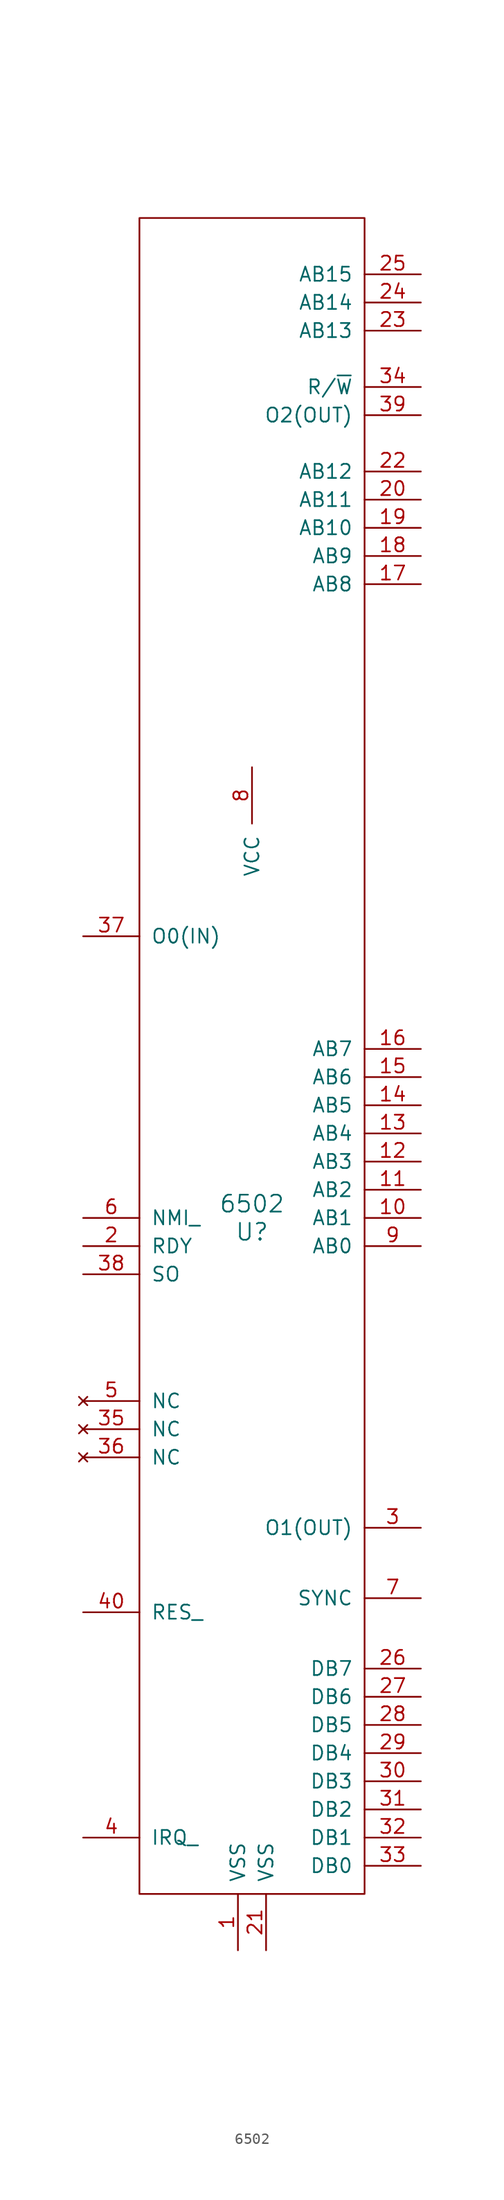
<source format=kicad_sym>
(kicad_symbol_lib
  (version 20211014)
  (generator kicad_symbol_editor)
  (symbol "6502"
    (pin_names
      (offset 1.016))
    (property "Reference" "U"
      (at 0 11.43 0)
      (effects (font (size 1.524 1.524))))
    (property "Value" "6502"
      (at 0 13.97 0)
      (effects (font (size 1.524 1.524))))
    (symbol "6502_0_1"
      (rectangle (start -10.16 102.87) (end 10.16 -48.26) (stroke (width 0) (type default) (color 0 0 0 0)) (fill (type none))))
    (symbol "6502_1_1"
      (pin power_in line (at -1.27 -53.34 90) (length 5.08) (name "VSS" (effects (font (size 1.27 1.27)))) (number "1" (effects (font (size 1.27 1.27)))))
      (pin output line (at 15.24 12.7 180) (length 5.08) (name "AB1" (effects (font (size 1.27 1.27)))) (number "10" (effects (font (size 1.27 1.27)))))
      (pin output line (at 15.24 15.24 180) (length 5.08) (name "AB2" (effects (font (size 1.27 1.27)))) (number "11" (effects (font (size 1.27 1.27)))))
      (pin output line (at 15.24 17.78 180) (length 5.08) (name "AB3" (effects (font (size 1.27 1.27)))) (number "12" (effects (font (size 1.27 1.27)))))
      (pin output line (at 15.24 20.32 180) (length 5.08) (name "AB4" (effects (font (size 1.27 1.27)))) (number "13" (effects (font (size 1.27 1.27)))))
      (pin output line (at 15.24 22.86 180) (length 5.08) (name "AB5" (effects (font (size 1.27 1.27)))) (number "14" (effects (font (size 1.27 1.27)))))
      (pin output line (at 15.24 25.4 180) (length 5.08) (name "AB6" (effects (font (size 1.27 1.27)))) (number "15" (effects (font (size 1.27 1.27)))))
      (pin output line (at 15.24 27.94 180) (length 5.08) (name "AB7" (effects (font (size 1.27 1.27)))) (number "16" (effects (font (size 1.27 1.27)))))
      (pin output line (at 15.24 69.85 180) (length 5.08) (name "AB8" (effects (font (size 1.27 1.27)))) (number "17" (effects (font (size 1.27 1.27)))))
      (pin output line (at 15.24 72.39 180) (length 5.08) (name "AB9" (effects (font (size 1.27 1.27)))) (number "18" (effects (font (size 1.27 1.27)))))
      (pin output line (at 15.24 74.93 180) (length 5.08) (name "AB10" (effects (font (size 1.27 1.27)))) (number "19" (effects (font (size 1.27 1.27)))))
      (pin input line (at -15.24 10.16 0) (length 5.08) (name "RDY" (effects (font (size 1.27 1.27)))) (number "2" (effects (font (size 1.27 1.27)))))
      (pin output line (at 15.24 77.47 180) (length 5.08) (name "AB11" (effects (font (size 1.27 1.27)))) (number "20" (effects (font (size 1.27 1.27)))))
      (pin power_in line (at 1.27 -53.34 90) (length 5.08) (name "VSS" (effects (font (size 1.27 1.27)))) (number "21" (effects (font (size 1.27 1.27)))))
      (pin output line (at 15.24 80.01 180) (length 5.08) (name "AB12" (effects (font (size 1.27 1.27)))) (number "22" (effects (font (size 1.27 1.27)))))
      (pin output line (at 15.24 92.71 180) (length 5.08) (name "AB13" (effects (font (size 1.27 1.27)))) (number "23" (effects (font (size 1.27 1.27)))))
      (pin output line (at 15.24 95.25 180) (length 5.08) (name "AB14" (effects (font (size 1.27 1.27)))) (number "24" (effects (font (size 1.27 1.27)))))
      (pin output line (at 15.24 97.79 180) (length 5.08) (name "AB15" (effects (font (size 1.27 1.27)))) (number "25" (effects (font (size 1.27 1.27)))))
      (pin bidirectional line (at 15.24 -27.94 180) (length 5.08) (name "DB7" (effects (font (size 1.27 1.27)))) (number "26" (effects (font (size 1.27 1.27)))))
      (pin bidirectional line (at 15.24 -30.48 180) (length 5.08) (name "DB6" (effects (font (size 1.27 1.27)))) (number "27" (effects (font (size 1.27 1.27)))))
      (pin bidirectional line (at 15.24 -33.02 180) (length 5.08) (name "DB5" (effects (font (size 1.27 1.27)))) (number "28" (effects (font (size 1.27 1.27)))))
      (pin bidirectional line (at 15.24 -35.56 180) (length 5.08) (name "DB4" (effects (font (size 1.27 1.27)))) (number "29" (effects (font (size 1.27 1.27)))))
      (pin output line (at 15.24 -15.24 180) (length 5.08) (name "O1(OUT)" (effects (font (size 1.27 1.27)))) (number "3" (effects (font (size 1.27 1.27)))))
      (pin bidirectional line (at 15.24 -38.1 180) (length 5.08) (name "DB3" (effects (font (size 1.27 1.27)))) (number "30" (effects (font (size 1.27 1.27)))))
      (pin bidirectional line (at 15.24 -40.64 180) (length 5.08) (name "DB2" (effects (font (size 1.27 1.27)))) (number "31" (effects (font (size 1.27 1.27)))))
      (pin bidirectional line (at 15.24 -43.18 180) (length 5.08) (name "DB1" (effects (font (size 1.27 1.27)))) (number "32" (effects (font (size 1.27 1.27)))))
      (pin bidirectional line (at 15.24 -45.72 180) (length 5.08) (name "DB0" (effects (font (size 1.27 1.27)))) (number "33" (effects (font (size 1.27 1.27)))))
      (pin output line (at 15.24 87.63 180) (length 5.08) (name "R/~{W}" (effects (font (size 1.27 1.27)))) (number "34" (effects (font (size 1.27 1.27)))))
      (pin no_connect line (at -15.24 -6.35 0) (length 5.08) (name "NC" (effects (font (size 1.27 1.27)))) (number "35" (effects (font (size 1.27 1.27)))))
      (pin no_connect line (at -15.24 -8.89 0) (length 5.08) (name "NC" (effects (font (size 1.27 1.27)))) (number "36" (effects (font (size 1.27 1.27)))))
      (pin input line (at -15.24 38.1 0) (length 5.08) (name "O0(IN)" (effects (font (size 1.27 1.27)))) (number "37" (effects (font (size 1.27 1.27)))))
      (pin input line (at -15.24 7.62 0) (length 5.08) (name "SO" (effects (font (size 1.27 1.27)))) (number "38" (effects (font (size 1.27 1.27)))))
      (pin output line (at 15.24 85.09 180) (length 5.08) (name "O2(OUT)" (effects (font (size 1.27 1.27)))) (number "39" (effects (font (size 1.27 1.27)))))
      (pin input line (at -15.24 -43.18 0) (length 5.08) (name "IRQ_" (effects (font (size 1.27 1.27)))) (number "4" (effects (font (size 1.27 1.27)))))
      (pin input line (at -15.24 -22.86 0) (length 5.08) (name "RES_" (effects (font (size 1.27 1.27)))) (number "40" (effects (font (size 1.27 1.27)))))
      (pin no_connect line (at -15.24 -3.81 0) (length 5.08) (name "NC" (effects (font (size 1.27 1.27)))) (number "5" (effects (font (size 1.27 1.27)))))
      (pin input line (at -15.24 12.7 0) (length 5.08) (name "NMI_" (effects (font (size 1.27 1.27)))) (number "6" (effects (font (size 1.27 1.27)))))
      (pin output line (at 15.24 -21.59 180) (length 5.08) (name "SYNC" (effects (font (size 1.27 1.27)))) (number "7" (effects (font (size 1.27 1.27)))))
      (pin power_in line (at 0 53.34 270) (length 5.08) (name "VCC" (effects (font (size 1.27 1.27)))) (number "8" (effects (font (size 1.27 1.27)))))
      (pin output line (at 15.24 10.16 180) (length 5.08) (name "AB0" (effects (font (size 1.27 1.27)))) (number "9" (effects (font (size 1.27 1.27))))))))
</source>
